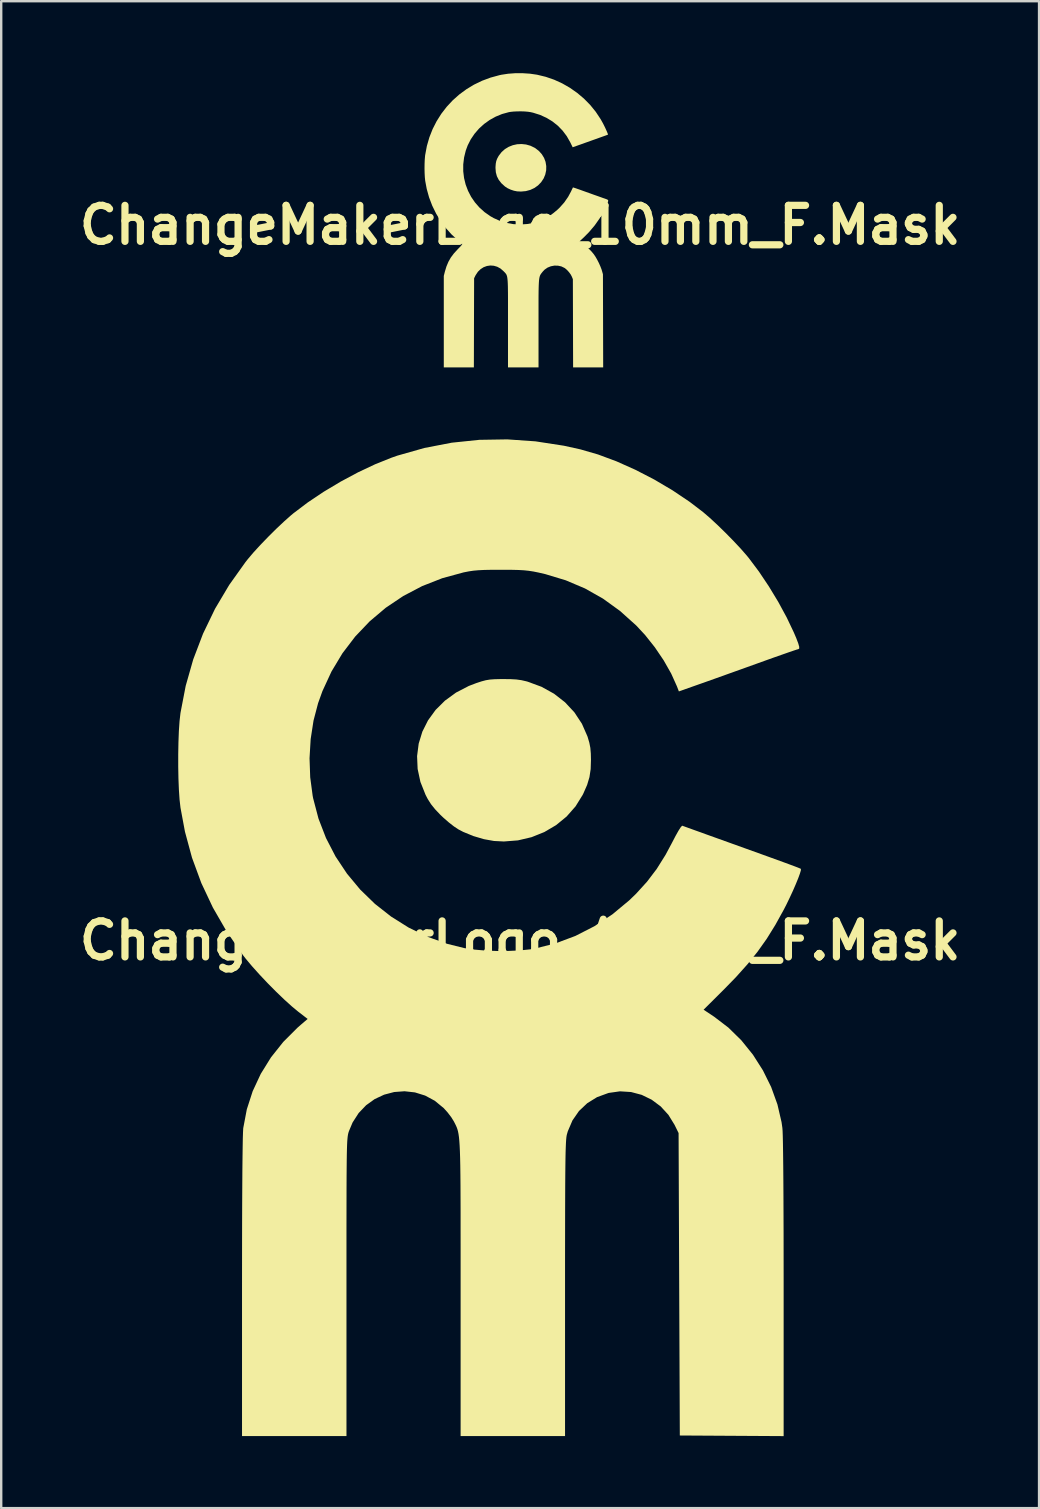
<source format=kicad_pcb>
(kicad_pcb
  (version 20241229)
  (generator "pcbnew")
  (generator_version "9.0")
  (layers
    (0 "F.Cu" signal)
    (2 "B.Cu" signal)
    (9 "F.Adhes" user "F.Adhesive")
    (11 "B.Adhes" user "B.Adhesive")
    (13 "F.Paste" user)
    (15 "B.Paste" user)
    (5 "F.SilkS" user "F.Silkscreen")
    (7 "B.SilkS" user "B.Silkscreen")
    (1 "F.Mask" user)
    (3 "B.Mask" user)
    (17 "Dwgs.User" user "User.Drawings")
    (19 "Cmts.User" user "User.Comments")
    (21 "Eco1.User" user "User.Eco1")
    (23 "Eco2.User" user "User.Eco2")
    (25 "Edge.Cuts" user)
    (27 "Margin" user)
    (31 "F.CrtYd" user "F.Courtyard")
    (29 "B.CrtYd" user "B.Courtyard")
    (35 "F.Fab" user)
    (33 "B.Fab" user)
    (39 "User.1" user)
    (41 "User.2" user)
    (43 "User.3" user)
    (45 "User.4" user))
  (footprint "ChangeMakerLogo_40mm_F.Mask"
    (layer "F.Cu")
    (at 18.621 36.142)
    (property "Reference" "ChangeMakerLogo_40mm_F.Mask" (at 0 0 0) (layer "F.SilkS") (effects (font (size 1.5 1.5) (thickness 0.3))))
    (attr board_only exclude_from_pos_files exclude_from_bom)
    (fp_poly (pts (xy -0.397 -10.895) (xy -0.154 -10.881) (xy 0.053 -10.852) (xy 0.257 -10.805) (xy 0.319 -10.788) (xy 0.893 -10.576) (xy 1.413 -10.288) (xy 1.872 -9.93) (xy 2.262 -9.511) (xy 2.575 -9.036) (xy 2.804 -8.514) (xy 2.816 -8.479) (xy 2.884 -8.246) (xy 2.926 -8.032) (xy 2.946 -7.795) (xy 2.952 -7.539) (xy 2.94 -7.148) (xy 2.889 -6.812) (xy 2.792 -6.488) (xy 2.638 -6.137) (xy 2.606 -6.072) (xy 2.309 -5.593) (xy 1.937 -5.171) (xy 1.5 -4.813) (xy 1.009 -4.524) (xy 0.476 -4.31) (xy -0.09 -4.177) (xy -0.676 -4.131) (xy -1.088 -4.152) (xy -1.507 -4.227) (xy -1.951 -4.358) (xy -2.37 -4.53) (xy -2.58 -4.64) (xy -2.758 -4.759) (xy -2.973 -4.927) (xy -3.191 -5.117) (xy -3.32 -5.239) (xy -3.543 -5.474) (xy -3.711 -5.683) (xy -3.849 -5.9) (xy -3.94 -6.075) (xy -4.154 -6.613) (xy -4.27 -7.152) (xy -4.293 -7.687) (xy -4.226 -8.208) (xy -4.073 -8.708) (xy -3.837 -9.178) (xy -3.522 -9.612) (xy -3.131 -10) (xy -2.669 -10.336) (xy -2.138 -10.611) (xy -1.822 -10.732) (xy -1.605 -10.803) (xy -1.427 -10.85) (xy -1.256 -10.878) (xy -1.059 -10.892) (xy -0.803 -10.898) (xy -0.708 -10.898)) (stroke (width 0) (type solid)) (fill yes) (layer "F.SilkS"))
    (fp_poly (pts (xy 0.639 -20.803) (xy 1.822 -20.621) (xy 2.512 -20.469) (xy 3.247 -20.256) (xy 4.018 -19.969) (xy 4.805 -19.617) (xy 5.589 -19.212) (xy 6.349 -18.763) (xy 7.066 -18.281) (xy 7.624 -17.855) (xy 7.904 -17.614) (xy 8.223 -17.319) (xy 8.559 -16.991) (xy 8.89 -16.654) (xy 9.195 -16.328) (xy 9.451 -16.035) (xy 9.53 -15.938) (xy 9.95 -15.378) (xy 10.364 -14.76) (xy 10.756 -14.113) (xy 11.108 -13.464) (xy 11.405 -12.84) (xy 11.506 -12.603) (xy 11.589 -12.384) (xy 11.629 -12.242) (xy 11.628 -12.166) (xy 11.586 -12.143) (xy 11.586 -12.143) (xy 11.527 -12.127) (xy 11.385 -12.08) (xy 11.17 -12.006) (xy 10.894 -11.909) (xy 10.566 -11.794) (xy 10.2 -11.663) (xy 9.853 -11.538) (xy 9.419 -11.382) (xy 8.978 -11.224) (xy 8.548 -11.07) (xy 8.149 -10.927) (xy 7.798 -10.802) (xy 7.513 -10.701) (xy 7.393 -10.659) (xy 6.615 -10.384) (xy 6.535 -10.593) (xy 6.295 -11.126) (xy 5.981 -11.679) (xy 5.612 -12.224) (xy 5.204 -12.737) (xy 4.838 -13.13) (xy 4.162 -13.737) (xy 3.452 -14.25) (xy 2.702 -14.674) (xy 1.902 -15.013) (xy 1.046 -15.272) (xy 0.759 -15.338) (xy 0.555 -15.379) (xy 0.363 -15.409) (xy 0.163 -15.43) (xy -0.067 -15.443) (xy -0.35 -15.45) (xy -0.707 -15.452) (xy -0.81 -15.452) (xy -1.19 -15.451) (xy -1.49 -15.445) (xy -1.732 -15.433) (xy -1.938 -15.415) (xy -2.128 -15.387) (xy -2.324 -15.349) (xy -2.362 -15.341) (xy -3.245 -15.1) (xy -4.081 -14.772) (xy -4.867 -14.36) (xy -5.597 -13.87) (xy -6.266 -13.305) (xy -6.87 -12.671) (xy -7.403 -11.972) (xy -7.86 -11.212) (xy -8.237 -10.395) (xy -8.418 -9.892) (xy -8.608 -9.168) (xy -8.727 -8.396) (xy -8.774 -7.599) (xy -8.746 -6.805) (xy -8.644 -6.036) (xy -8.624 -5.933) (xy -8.401 -5.084) (xy -8.088 -4.274) (xy -7.691 -3.508) (xy -7.215 -2.792) (xy -6.667 -2.132) (xy -6.051 -1.533) (xy -5.375 -1.002) (xy -4.643 -0.543) (xy -3.862 -0.162) (xy -3.037 0.134) (xy -2.315 0.313) (xy -1.924 0.372) (xy -1.467 0.412) (xy -0.973 0.431) (xy -0.475 0.429) (xy 0.00043 0.407) (xy 0.422 0.363) (xy 0.607 0.333) (xy 1.474 0.115) (xy 2.304 -0.196) (xy 3.095 -0.6) (xy 3.843 -1.094) (xy 4.544 -1.676) (xy 4.832 -1.954) (xy 5.288 -2.456) (xy 5.692 -2.988) (xy 6.061 -3.577) (xy 6.334 -4.088) (xy 6.477 -4.363) (xy 6.597 -4.577) (xy 6.689 -4.721) (xy 6.747 -4.785) (xy 6.758 -4.787) (xy 6.82 -4.765) (xy 6.964 -4.713) (xy 7.177 -4.636) (xy 7.447 -4.539) (xy 7.759 -4.426) (xy 8.102 -4.303) (xy 8.102 -4.303) (xy 8.795 -4.054) (xy 9.398 -3.837) (xy 9.916 -3.651) (xy 10.356 -3.492) (xy 10.723 -3.359) (xy 11.022 -3.25) (xy 11.258 -3.163) (xy 11.438 -3.096) (xy 11.567 -3.047) (xy 11.649 -3.013) (xy 11.692 -2.994) (xy 11.699 -2.989) (xy 11.698 -2.929) (xy 11.658 -2.793) (xy 11.586 -2.596) (xy 11.487 -2.354) (xy 11.369 -2.082) (xy 11.236 -1.795) (xy 11.097 -1.507) (xy 10.983 -1.285) (xy 10.635 -0.656) (xy 10.279 -0.082) (xy 9.897 0.457) (xy 9.474 0.984) (xy 8.994 1.52) (xy 8.494 2.033) (xy 7.645 2.878) (xy 8.085 3.171) (xy 8.677 3.623) (xy 9.219 4.155) (xy 9.701 4.753) (xy 10.117 5.406) (xy 10.46 6.1) (xy 10.721 6.824) (xy 10.893 7.565) (xy 10.927 7.802) (xy 10.936 7.924) (xy 10.944 8.144) (xy 10.951 8.462) (xy 10.957 8.873) (xy 10.963 9.377) (xy 10.968 9.97) (xy 10.972 10.651) (xy 10.975 11.417) (xy 10.978 12.266) (xy 10.979 13.195) (xy 10.98 14.203) (xy 10.98 14.432) (xy 10.98 20.645) (xy 8.817 20.632) (xy 6.654 20.619) (xy 6.628 14.318) (xy 6.603 8.018) (xy 6.435 7.676) (xy 6.178 7.258) (xy 5.856 6.907) (xy 5.481 6.628) (xy 5.066 6.426) (xy 4.622 6.308) (xy 4.161 6.279) (xy 3.696 6.345) (xy 3.67 6.352) (xy 3.205 6.522) (xy 2.797 6.774) (xy 2.453 7.099) (xy 2.181 7.491) (xy 1.987 7.944) (xy 1.948 8.08) (xy 1.936 8.135) (xy 1.926 8.21) (xy 1.917 8.311) (xy 1.909 8.443) (xy 1.902 8.612) (xy 1.895 8.822) (xy 1.89 9.08) (xy 1.886 9.39) (xy 1.882 9.758) (xy 1.879 10.189) (xy 1.877 10.689) (xy 1.875 11.262) (xy 1.874 11.915) (xy 1.873 12.652) (xy 1.872 13.48) (xy 1.872 14.402) (xy 1.872 14.507) (xy 1.872 20.644) (xy -0.304 20.644) (xy -2.479 20.644) (xy -2.479 14.507) (xy -2.479 13.57) (xy -2.479 12.729) (xy -2.48 11.978) (xy -2.48 11.312) (xy -2.482 10.724) (xy -2.484 10.21) (xy -2.488 9.763) (xy -2.493 9.378) (xy -2.5 9.049) (xy -2.509 8.771) (xy -2.52 8.539) (xy -2.533 8.346) (xy -2.548 8.187) (xy -2.567 8.056) (xy -2.588 7.948) (xy -2.613 7.858) (xy -2.641 7.779) (xy -2.673 7.706) (xy -2.709 7.633) (xy -2.749 7.555) (xy -2.763 7.528) (xy -2.868 7.359) (xy -3.017 7.164) (xy -3.178 6.984) (xy -3.184 6.978) (xy -3.554 6.673) (xy -3.957 6.456) (xy -4.381 6.324) (xy -4.815 6.276) (xy -5.246 6.308) (xy -5.665 6.418) (xy -6.059 6.602) (xy -6.417 6.859) (xy -6.728 7.185) (xy -6.98 7.577) (xy -7.131 7.935) (xy -7.147 7.983) (xy -7.161 8.032) (xy -7.173 8.088) (xy -7.184 8.158) (xy -7.193 8.246) (xy -7.202 8.357) (xy -7.209 8.499) (xy -7.215 8.675) (xy -7.22 8.892) (xy -7.224 9.155) (xy -7.227 9.47) (xy -7.23 9.842) (xy -7.232 10.277) (xy -7.233 10.78) (xy -7.234 11.357) (xy -7.235 12.014) (xy -7.235 12.755) (xy -7.235 13.587) (xy -7.235 14.444) (xy -7.235 20.644) (xy -9.411 20.644) (xy -11.587 20.644) (xy -11.587 14.432) (xy -11.586 13.43) (xy -11.585 12.5) (xy -11.583 11.645) (xy -11.58 10.867) (xy -11.576 10.171) (xy -11.572 9.557) (xy -11.566 9.03) (xy -11.56 8.592) (xy -11.554 8.245) (xy -11.546 7.993) (xy -11.538 7.838) (xy -11.535 7.807) (xy -11.387 7.028) (xy -11.143 6.274) (xy -10.806 5.551) (xy -10.38 4.864) (xy -9.868 4.22) (xy -9.274 3.626) (xy -9.145 3.513) (xy -8.853 3.263) (xy -9.246 2.96) (xy -9.516 2.736) (xy -9.831 2.451) (xy -10.171 2.124) (xy -10.519 1.773) (xy -10.856 1.416) (xy -11.164 1.073) (xy -11.426 0.762) (xy -11.546 0.607) (xy -12.223 -0.375) (xy -12.801 -1.377) (xy -13.284 -2.402) (xy -13.671 -3.455) (xy -13.965 -4.54) (xy -14.151 -5.54) (xy -14.189 -5.873) (xy -14.217 -6.284) (xy -14.236 -6.751) (xy -14.245 -7.251) (xy -14.245 -7.764) (xy -14.236 -8.265) (xy -14.218 -8.733) (xy -14.19 -9.145) (xy -14.152 -9.48) (xy -14.151 -9.487) (xy -13.934 -10.614) (xy -13.62 -11.717) (xy -13.211 -12.79) (xy -12.711 -13.827) (xy -12.12 -14.822) (xy -11.443 -15.771) (xy -11.351 -15.888) (xy -11.117 -16.165) (xy -10.826 -16.483) (xy -10.501 -16.82) (xy -10.164 -17.155) (xy -9.836 -17.464) (xy -9.541 -17.726) (xy -9.446 -17.805) (xy -8.847 -18.258) (xy -8.184 -18.702) (xy -7.48 -19.123) (xy -6.759 -19.509) (xy -6.045 -19.846) (xy -5.361 -20.121) (xy -5.116 -20.207) (xy -3.988 -20.527) (xy -2.848 -20.747) (xy -1.697 -20.866) (xy -0.534 -20.885)) (stroke (width 0) (type solid)) (fill yes) (layer "F.SilkS")))
  (footprint "ChangeMakerLogo_10mm_F.Mask"
    (layer "F.Cu")
    (at 18.621 6.328)
    (property "Reference" "ChangeMakerLogo_10mm_F.Mask" (at 0 0 0) (layer "F.SilkS") (effects (font (size 1.5 1.5) (thickness 0.3))))
    (attr board_only exclude_from_pos_files exclude_from_bom)
    (fp_poly (pts (xy 0.249 -3.357) (xy 0.432 -3.305) (xy 0.607 -3.22) (xy 0.633 -3.204) (xy 0.783 -3.088) (xy 0.905 -2.951) (xy 0.998 -2.799) (xy 1.06 -2.634) (xy 1.089 -2.46) (xy 1.086 -2.284) (xy 1.048 -2.107) (xy 0.981 -1.945) (xy 0.877 -1.787) (xy 0.747 -1.653) (xy 0.595 -1.545) (xy 0.423 -1.465) (xy 0.236 -1.415) (xy 0.037 -1.397) (xy -0.126 -1.405) (xy -0.257 -1.431) (xy -0.395 -1.477) (xy -0.524 -1.537) (xy -0.63 -1.606) (xy -0.632 -1.608) (xy -0.779 -1.742) (xy -0.89 -1.883) (xy -0.968 -2.035) (xy -1.012 -2.201) (xy -1.026 -2.384) (xy -1.024 -2.44) (xy -1.014 -2.565) (xy -0.994 -2.667) (xy -0.96 -2.76) (xy -0.908 -2.858) (xy -0.886 -2.894) (xy -0.771 -3.042) (xy -0.633 -3.165) (xy -0.476 -3.26) (xy -0.305 -3.328) (xy -0.124 -3.368) (xy 0.062 -3.377)) (stroke (width 0) (type solid)) (fill yes) (layer "F.SilkS"))
    (fp_poly (pts (xy 0.409 -6.308) (xy 0.7 -6.266) (xy 0.71 -6.264) (xy 1.069 -6.177) (xy 1.418 -6.057) (xy 1.755 -5.903) (xy 2.076 -5.719) (xy 2.378 -5.507) (xy 2.66 -5.269) (xy 2.919 -5.006) (xy 3.151 -4.72) (xy 3.354 -4.414) (xy 3.454 -4.236) (xy 3.496 -4.153) (xy 3.539 -4.065) (xy 3.579 -3.978) (xy 3.615 -3.898) (xy 3.642 -3.832) (xy 3.659 -3.786) (xy 3.661 -3.768) (xy 3.643 -3.762) (xy 3.594 -3.743) (xy 3.516 -3.715) (xy 3.415 -3.679) (xy 3.292 -3.635) (xy 3.153 -3.585) (xy 3.001 -3.531) (xy 2.923 -3.503) (xy 2.19 -3.242) (xy 2.087 -3.452) (xy 1.943 -3.705) (xy 1.77 -3.935) (xy 1.571 -4.14) (xy 1.347 -4.318) (xy 1.1 -4.468) (xy 0.832 -4.59) (xy 0.544 -4.681) (xy 0.44 -4.705) (xy 0.327 -4.722) (xy 0.188 -4.734) (xy 0.034 -4.739) (xy -0.123 -4.737) (xy -0.272 -4.73) (xy -0.402 -4.716) (xy -0.468 -4.705) (xy -0.75 -4.628) (xy -1.018 -4.518) (xy -1.269 -4.379) (xy -1.502 -4.212) (xy -1.712 -4.021) (xy -1.897 -3.807) (xy -2.056 -3.573) (xy -2.184 -3.321) (xy -2.264 -3.105) (xy -2.335 -2.816) (xy -2.37 -2.527) (xy -2.37 -2.241) (xy -2.336 -1.961) (xy -2.269 -1.688) (xy -2.17 -1.426) (xy -2.041 -1.177) (xy -1.882 -0.945) (xy -1.695 -0.731) (xy -1.481 -0.539) (xy -1.24 -0.37) (xy -1.103 -0.292) (xy -0.839 -0.174) (xy -0.564 -0.09) (xy -0.28 -0.04) (xy 0.008 -0.025) (xy 0.296 -0.044) (xy 0.581 -0.098) (xy 0.859 -0.188) (xy 0.908 -0.207) (xy 1.059 -0.281) (xy 1.221 -0.38) (xy 1.385 -0.498) (xy 1.541 -0.627) (xy 1.639 -0.719) (xy 1.836 -0.939) (xy 2.001 -1.177) (xy 2.123 -1.404) (xy 2.155 -1.473) (xy 2.182 -1.529) (xy 2.198 -1.562) (xy 2.201 -1.569) (xy 2.219 -1.565) (xy 2.267 -1.55) (xy 2.339 -1.526) (xy 2.43 -1.494) (xy 2.536 -1.457) (xy 2.557 -1.449) (xy 2.752 -1.379) (xy 2.915 -1.321) (xy 3.05 -1.272) (xy 3.161 -1.233) (xy 3.252 -1.201) (xy 3.324 -1.175) (xy 3.384 -1.154) (xy 3.433 -1.136) (xy 3.476 -1.121) (xy 3.507 -1.111) (xy 3.589 -1.082) (xy 3.641 -1.06) (xy 3.667 -1.036) (xy 3.67 -1.003) (xy 3.654 -0.953) (xy 3.628 -0.887) (xy 3.489 -0.58) (xy 3.314 -0.279) (xy 3.108 0.013) (xy 2.873 0.291) (xy 2.65 0.516) (xy 2.468 0.686) (xy 2.593 0.767) (xy 2.721 0.861) (xy 2.853 0.977) (xy 2.978 1.104) (xy 3.069 1.214) (xy 3.139 1.317) (xy 3.212 1.444) (xy 3.283 1.583) (xy 3.345 1.723) (xy 3.394 1.851) (xy 3.408 1.898) (xy 3.451 2.048) (xy 3.456 3.989) (xy 3.461 5.929) (xy 2.835 5.929) (xy 2.208 5.929) (xy 2.203 4.091) (xy 2.198 2.254) (xy 2.154 2.146) (xy 2.107 2.057) (xy 2.037 1.962) (xy 1.956 1.872) (xy 1.873 1.801) (xy 1.851 1.786) (xy 1.718 1.722) (xy 1.574 1.691) (xy 1.425 1.689) (xy 1.28 1.717) (xy 1.143 1.772) (xy 1.023 1.855) (xy 0.947 1.934) (xy 0.919 1.969) (xy 0.893 2.001) (xy 0.871 2.031) (xy 0.851 2.061) (xy 0.834 2.094) (xy 0.819 2.133) (xy 0.807 2.179) (xy 0.797 2.235) (xy 0.788 2.304) (xy 0.782 2.387) (xy 0.777 2.486) (xy 0.773 2.605) (xy 0.77 2.746) (xy 0.768 2.91) (xy 0.767 3.1) (xy 0.767 3.318) (xy 0.767 3.568) (xy 0.767 3.85) (xy 0.767 4.128) (xy 0.767 5.929) (xy 0.131 5.929) (xy -0.505 5.929) (xy -0.505 4.088) (xy -0.505 3.774) (xy -0.505 3.495) (xy -0.505 3.25) (xy -0.505 3.034) (xy -0.506 2.848) (xy -0.508 2.687) (xy -0.51 2.55) (xy -0.514 2.434) (xy -0.519 2.338) (xy -0.526 2.258) (xy -0.534 2.193) (xy -0.544 2.14) (xy -0.557 2.098) (xy -0.571 2.063) (xy -0.589 2.034) (xy -0.609 2.008) (xy -0.631 1.982) (xy -0.657 1.956) (xy -0.687 1.926) (xy -0.693 1.919) (xy -0.817 1.811) (xy -0.952 1.737) (xy -1.094 1.695) (xy -1.239 1.684) (xy -1.383 1.705) (xy -1.52 1.755) (xy -1.646 1.836) (xy -1.758 1.944) (xy -1.85 2.082) (xy -1.865 2.11) (xy -1.917 2.216) (xy -1.922 4.073) (xy -1.927 5.929) (xy -2.554 5.929) (xy -3.18 5.929) (xy -3.18 4.024) (xy -3.18 2.118) (xy -3.135 1.94) (xy -3.069 1.723) (xy -2.988 1.53) (xy -2.887 1.352) (xy -2.759 1.181) (xy -2.601 1.008) (xy -2.595 1.002) (xy -2.516 0.921) (xy -2.461 0.862) (xy -2.428 0.821) (xy -2.413 0.795) (xy -2.414 0.779) (xy -2.417 0.776) (xy -2.441 0.756) (xy -2.486 0.718) (xy -2.546 0.668) (xy -2.591 0.632) (xy -2.854 0.393) (xy -3.094 0.125) (xy -3.311 -0.166) (xy -3.5 -0.479) (xy -3.662 -0.809) (xy -3.793 -1.153) (xy -3.892 -1.509) (xy -3.955 -1.848) (xy -3.97 -1.995) (xy -3.979 -2.167) (xy -3.983 -2.353) (xy -3.981 -2.541) (xy -3.974 -2.72) (xy -3.961 -2.876) (xy -3.955 -2.922) (xy -3.885 -3.296) (xy -3.781 -3.656) (xy -3.645 -4.001) (xy -3.478 -4.329) (xy -3.282 -4.639) (xy -3.059 -4.928) (xy -2.81 -5.196) (xy -2.536 -5.44) (xy -2.24 -5.658) (xy -1.923 -5.85) (xy -1.586 -6.013) (xy -1.231 -6.145) (xy -0.86 -6.246) (xy -0.776 -6.264) (xy -0.499 -6.306) (xy -0.201 -6.328) (xy 0.105 -6.328)) (stroke (width 0) (type solid)) (fill yes) (layer "F.SilkS")))
  (gr_rect
    (start -3 -3)
    (end 40.243 59.787)
    (stroke (width 0.1) (type default))
    (fill no)
    (layer "Edge.Cuts")))
</source>
